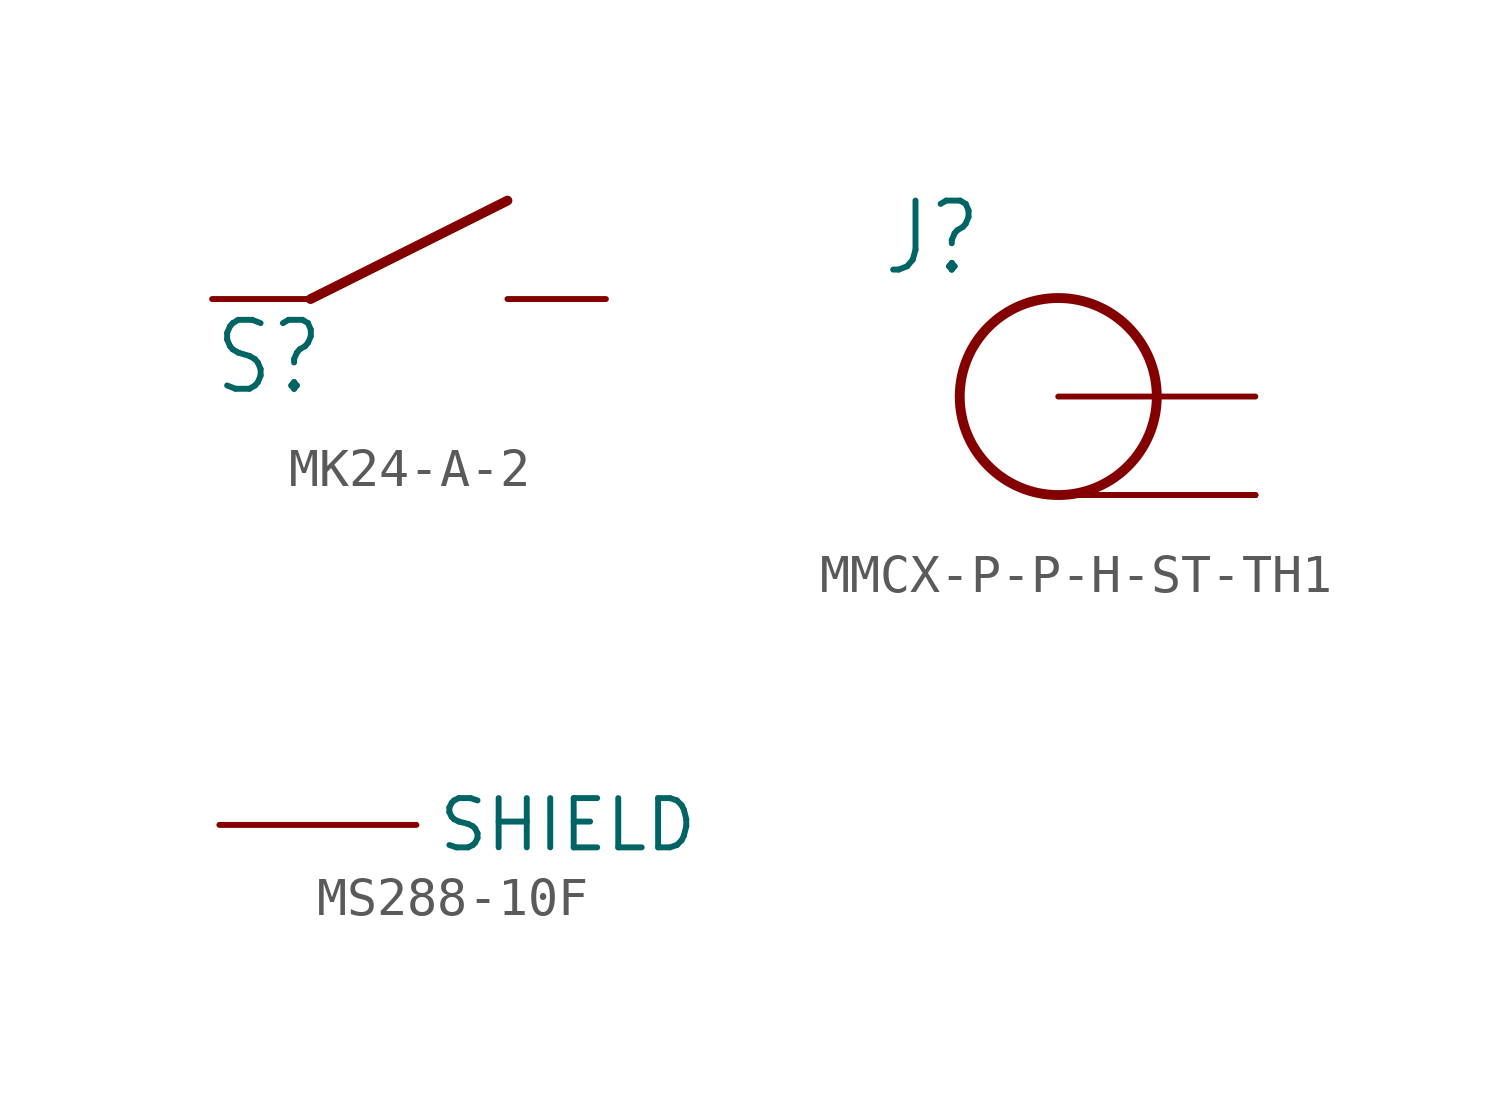
<source format=kicad_sym>
(kicad_symbol_lib
  (version 20241209)
  (generator "kicad_symbol_editor")
  (generator_version "9.0")
  (symbol "MK24-A-2"
    (property "Reference" "S"
      (at -5.08 -2.54 0)
      (effects (font (size 1.778 1.511)) (justify left bottom)))
    (property "Value" ""
      (at -5.08 2.54 0)
      (effects (font (size 1.778 1.511)) (justify left bottom)))
    (property "ki_locked" ""
      (at 0 0 0)
      (effects (font (size 1.27 1.27))))
    (symbol "MK24-A-2_1_0"
      (polyline (pts (xy -2.54 0) (xy 2.54 2.54)) (stroke (width 0.254) (type solid)) (fill (type none)))
      (pin bidirectional line (at -5.08 0 0) (length 2.54) (name "P$1" (effects (font (size 0 0)))) (number "1" (effects (font (size 0 0)))))
      (pin bidirectional line (at 5.08 0 180) (length 2.54) (name "P$2" (effects (font (size 0 0)))) (number "2" (effects (font (size 0 0)))))))
  (symbol "MMCX-P-P-H-ST-TH1"
    (property "Reference" "J"
      (at -4.572 3.048 0)
      (effects (font (size 1.778 1.511)) (justify left bottom)))
    (property "ki_locked" ""
      (at 0 0 0)
      (effects (font (size 1.27 1.27))))
    (symbol "MMCX-P-P-H-ST-TH1_1_0"
      (circle (center 0 0) (radius 2.54) (stroke (width 0.254) (type solid)) (fill (type none)))
      (pin bidirectional line (at 5.08 0 180) (length 5.08) (name "PIN" (effects (font (size 0 0)))) (number "PIN" (effects (font (size 0 0)))))
      (pin bidirectional line (at 5.08 -2.54 180) (length 5.08) (name "SHIELD" (effects (font (size 0 0)))) (number "P$1" (effects (font (size 0 0)))))
      (pin bidirectional line (at 5.08 -2.54 180) (length 5.08) (name "SHIELD" (effects (font (size 0 0)))) (number "P$2" (effects (font (size 0 0)))))
      (pin bidirectional line (at 5.08 -2.54 180) (length 5.08) (name "SHIELD" (effects (font (size 0 0)))) (number "P$3" (effects (font (size 0 0)))))
      (pin bidirectional line (at 5.08 -2.54 180) (length 5.08) (name "SHIELD" (effects (font (size 0 0)))) (number "P$4" (effects (font (size 0 0)))))))
  (symbol "MS288-10F"
    (property "Reference" "S"
      (at -0.762 -7.874 0)
      (effects (font (size 1.27 1.27)) (hide yes)))
    (property "ki_locked" ""
      (at 0 0 0)
      (effects (font (size 1.27 1.27))))
    (symbol "MS288-10F_1_0"
      (pin bidirectional line (at -5.08 0 0) (length 5.08) (name "SHIELD" (effects (font (size 1.27 1.27)))) (number "1" (effects (font (size 0 0))))))))
</source>
